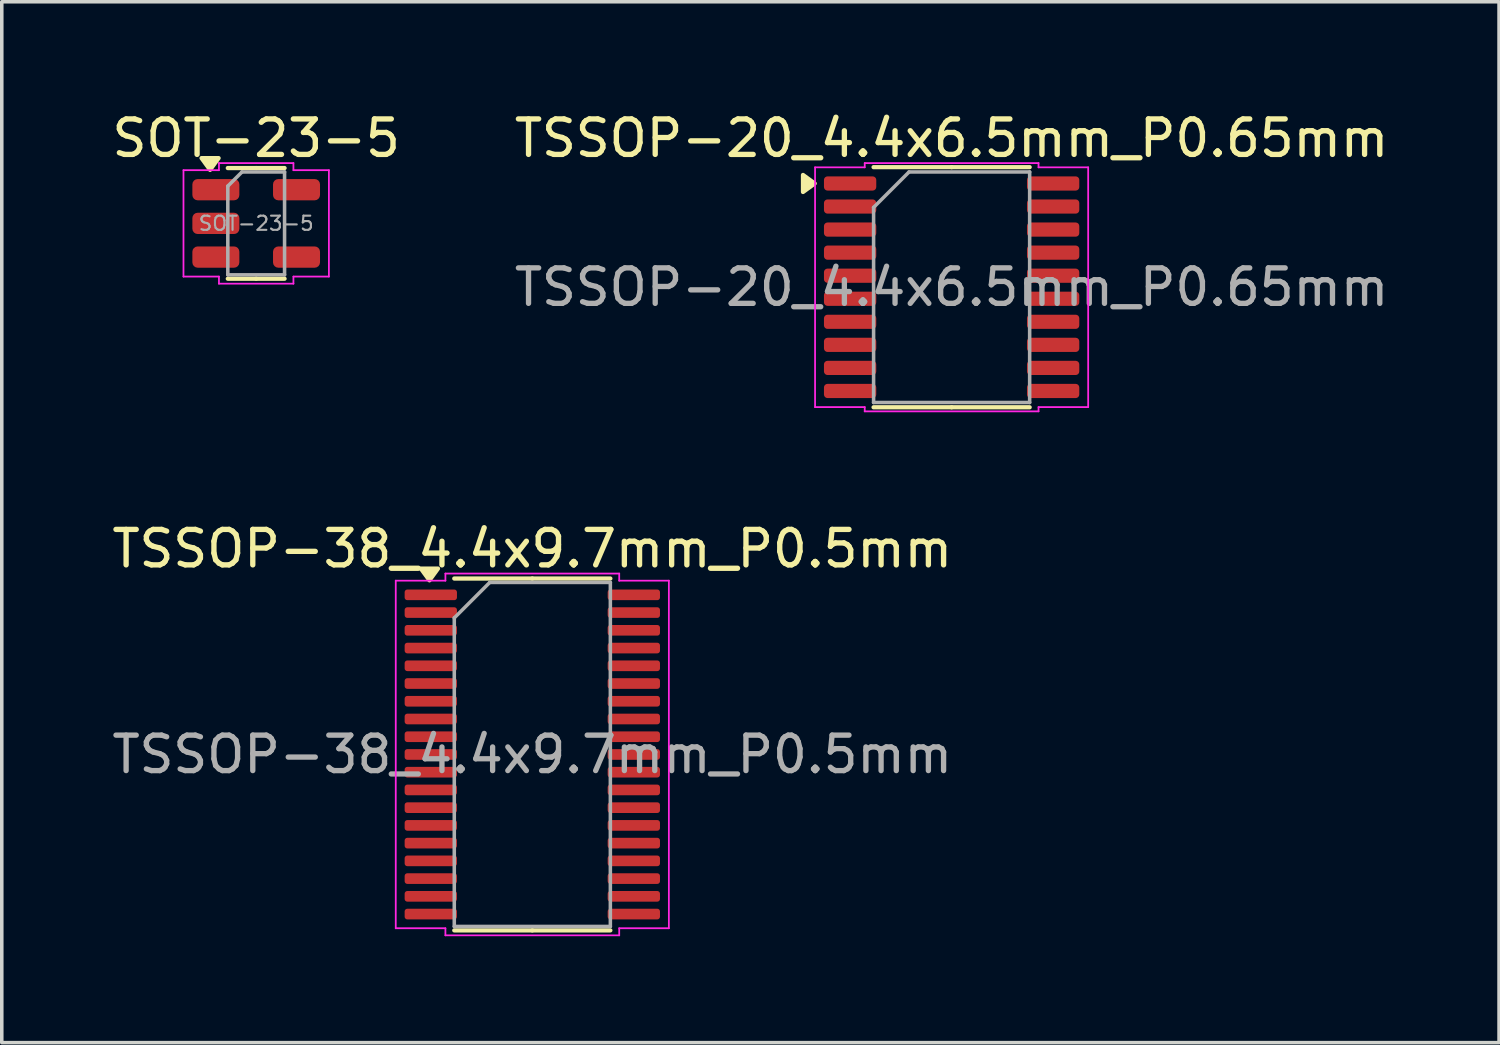
<source format=kicad_pcb>
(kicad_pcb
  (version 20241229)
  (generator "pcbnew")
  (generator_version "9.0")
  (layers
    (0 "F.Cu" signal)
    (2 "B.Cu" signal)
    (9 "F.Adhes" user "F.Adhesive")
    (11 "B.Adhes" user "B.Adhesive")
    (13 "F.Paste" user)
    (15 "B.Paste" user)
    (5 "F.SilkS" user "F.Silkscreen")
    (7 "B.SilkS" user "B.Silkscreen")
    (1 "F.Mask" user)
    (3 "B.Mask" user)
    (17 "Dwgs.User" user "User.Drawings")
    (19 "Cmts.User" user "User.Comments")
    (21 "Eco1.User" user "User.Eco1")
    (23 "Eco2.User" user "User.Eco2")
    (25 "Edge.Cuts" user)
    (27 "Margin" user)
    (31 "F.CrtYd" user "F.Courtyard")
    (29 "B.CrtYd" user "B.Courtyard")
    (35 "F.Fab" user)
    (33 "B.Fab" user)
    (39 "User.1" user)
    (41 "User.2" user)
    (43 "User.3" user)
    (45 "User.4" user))
  (footprint "TSSOP-20_4.4x6.5mm_P0.65mm"
    (layer "F.Cu")
    (at 23.78 5.048)
    (property "Reference" "TSSOP-20_4.4x6.5mm_P0.65mm" (at 0 -4.2 0) (layer "F.SilkS") (effects (font (size 1 1) (thickness 0.15))))
    (attr smd)
    (fp_line (start 0 -3.385) (end -2.2 -3.385) (stroke (width 0.12) (type solid)) (layer "F.SilkS"))
    (fp_line (start 0 -3.385) (end 2.2 -3.385) (stroke (width 0.12) (type solid)) (layer "F.SilkS"))
    (fp_line (start 0 3.385) (end -2.2 3.385) (stroke (width 0.12) (type solid)) (layer "F.SilkS"))
    (fp_line (start 0 3.385) (end 2.2 3.385) (stroke (width 0.12) (type solid)) (layer "F.SilkS"))
    (fp_poly (pts (xy -3.86 -2.925) (xy -4.19 -2.685) (xy -4.19 -3.165)) (stroke (width 0.12) (type solid)) (fill yes) (layer "F.SilkS"))
    (fp_line (start -3.85 -3.38) (end -2.45 -3.38) (stroke (width 0.05) (type solid)) (layer "F.CrtYd"))
    (fp_line (start -3.85 3.38) (end -3.85 -3.38) (stroke (width 0.05) (type solid)) (layer "F.CrtYd"))
    (fp_line (start -2.45 -3.5) (end 2.45 -3.5) (stroke (width 0.05) (type solid)) (layer "F.CrtYd"))
    (fp_line (start -2.45 -3.38) (end -2.45 -3.5) (stroke (width 0.05) (type solid)) (layer "F.CrtYd"))
    (fp_line (start -2.45 3.38) (end -3.85 3.38) (stroke (width 0.05) (type solid)) (layer "F.CrtYd"))
    (fp_line (start -2.45 3.5) (end -2.45 3.38) (stroke (width 0.05) (type solid)) (layer "F.CrtYd"))
    (fp_line (start 2.45 -3.5) (end 2.45 -3.38) (stroke (width 0.05) (type solid)) (layer "F.CrtYd"))
    (fp_line (start 2.45 -3.38) (end 3.85 -3.38) (stroke (width 0.05) (type solid)) (layer "F.CrtYd"))
    (fp_line (start 2.45 3.38) (end 2.45 3.5) (stroke (width 0.05) (type solid)) (layer "F.CrtYd"))
    (fp_line (start 2.45 3.5) (end -2.45 3.5) (stroke (width 0.05) (type solid)) (layer "F.CrtYd"))
    (fp_line (start 3.85 -3.38) (end 3.85 3.38) (stroke (width 0.05) (type solid)) (layer "F.CrtYd"))
    (fp_line (start 3.85 3.38) (end 2.45 3.38) (stroke (width 0.05) (type solid)) (layer "F.CrtYd"))
    (fp_line (start -2.2 -2.25) (end -1.2 -3.25) (stroke (width 0.1) (type solid)) (layer "F.Fab"))
    (fp_line (start -2.2 3.25) (end -2.2 -2.25) (stroke (width 0.1) (type solid)) (layer "F.Fab"))
    (fp_line (start -1.2 -3.25) (end 2.2 -3.25) (stroke (width 0.1) (type solid)) (layer "F.Fab"))
    (fp_line (start 2.2 -3.25) (end 2.2 3.25) (stroke (width 0.1) (type solid)) (layer "F.Fab"))
    (fp_line (start 2.2 3.25) (end -2.2 3.25) (stroke (width 0.1) (type solid)) (layer "F.Fab"))
    (fp_text user "${REFERENCE}" (at 0 0 0) (layer "F.Fab") (effects (font (size 1 1) (thickness 0.15))))
    (pad "1" smd roundrect (at -2.862 -2.925) (size 1.475 0.4) (layers "F.Cu" "F.Mask" "F.Paste") (roundrect_rratio 0.25))
    (pad "2" smd roundrect (at -2.862 -2.275) (size 1.475 0.4) (layers "F.Cu" "F.Mask" "F.Paste") (roundrect_rratio 0.25))
    (pad "3" smd roundrect (at -2.862 -1.625) (size 1.475 0.4) (layers "F.Cu" "F.Mask" "F.Paste") (roundrect_rratio 0.25))
    (pad "4" smd roundrect (at -2.862 -0.975) (size 1.475 0.4) (layers "F.Cu" "F.Mask" "F.Paste") (roundrect_rratio 0.25))
    (pad "5" smd roundrect (at -2.862 -0.325) (size 1.475 0.4) (layers "F.Cu" "F.Mask" "F.Paste") (roundrect_rratio 0.25))
    (pad "6" smd roundrect (at -2.862 0.325) (size 1.475 0.4) (layers "F.Cu" "F.Mask" "F.Paste") (roundrect_rratio 0.25))
    (pad "7" smd roundrect (at -2.862 0.975) (size 1.475 0.4) (layers "F.Cu" "F.Mask" "F.Paste") (roundrect_rratio 0.25))
    (pad "8" smd roundrect (at -2.862 1.625) (size 1.475 0.4) (layers "F.Cu" "F.Mask" "F.Paste") (roundrect_rratio 0.25))
    (pad "9" smd roundrect (at -2.862 2.275) (size 1.475 0.4) (layers "F.Cu" "F.Mask" "F.Paste") (roundrect_rratio 0.25))
    (pad "10" smd roundrect (at -2.862 2.925) (size 1.475 0.4) (layers "F.Cu" "F.Mask" "F.Paste") (roundrect_rratio 0.25))
    (pad "11" smd roundrect (at 2.862 2.925) (size 1.475 0.4) (layers "F.Cu" "F.Mask" "F.Paste") (roundrect_rratio 0.25))
    (pad "12" smd roundrect (at 2.862 2.275) (size 1.475 0.4) (layers "F.Cu" "F.Mask" "F.Paste") (roundrect_rratio 0.25))
    (pad "13" smd roundrect (at 2.862 1.625) (size 1.475 0.4) (layers "F.Cu" "F.Mask" "F.Paste") (roundrect_rratio 0.25))
    (pad "14" smd roundrect (at 2.862 0.975) (size 1.475 0.4) (layers "F.Cu" "F.Mask" "F.Paste") (roundrect_rratio 0.25))
    (pad "15" smd roundrect (at 2.862 0.325) (size 1.475 0.4) (layers "F.Cu" "F.Mask" "F.Paste") (roundrect_rratio 0.25))
    (pad "16" smd roundrect (at 2.862 -0.325) (size 1.475 0.4) (layers "F.Cu" "F.Mask" "F.Paste") (roundrect_rratio 0.25))
    (pad "17" smd roundrect (at 2.862 -0.975) (size 1.475 0.4) (layers "F.Cu" "F.Mask" "F.Paste") (roundrect_rratio 0.25))
    (pad "18" smd roundrect (at 2.862 -1.625) (size 1.475 0.4) (layers "F.Cu" "F.Mask" "F.Paste") (roundrect_rratio 0.25))
    (pad "19" smd roundrect (at 2.862 -2.275) (size 1.475 0.4) (layers "F.Cu" "F.Mask" "F.Paste") (roundrect_rratio 0.25))
    (pad "20" smd roundrect (at 2.862 -2.925) (size 1.475 0.4) (layers "F.Cu" "F.Mask" "F.Paste") (roundrect_rratio 0.25)))
  (footprint "TSSOP-38_4.4x9.7mm_P0.5mm"
    (layer "F.Cu")
    (at 11.958 18.221)
    (property "Reference" "TSSOP-38_4.4x9.7mm_P0.5mm" (at 0 -5.8 0) (layer "F.SilkS") (effects (font (size 1 1) (thickness 0.15))))
    (attr smd)
    (fp_line (start 0 -4.96) (end -2.2 -4.96) (stroke (width 0.12) (type solid)) (layer "F.SilkS"))
    (fp_line (start 0 -4.96) (end 2.2 -4.96) (stroke (width 0.12) (type solid)) (layer "F.SilkS"))
    (fp_line (start 0 4.96) (end -2.2 4.96) (stroke (width 0.12) (type solid)) (layer "F.SilkS"))
    (fp_line (start 0 4.96) (end 2.2 4.96) (stroke (width 0.12) (type solid)) (layer "F.SilkS"))
    (fp_poly (pts (xy -2.9 -4.91) (xy -3.14 -5.24) (xy -2.66 -5.24)) (stroke (width 0.12) (type solid)) (fill yes) (layer "F.SilkS"))
    (fp_line (start -3.85 -4.9) (end -2.45 -4.9) (stroke (width 0.05) (type solid)) (layer "F.CrtYd"))
    (fp_line (start -3.85 4.9) (end -3.85 -4.9) (stroke (width 0.05) (type solid)) (layer "F.CrtYd"))
    (fp_line (start -2.45 -5.1) (end 2.45 -5.1) (stroke (width 0.05) (type solid)) (layer "F.CrtYd"))
    (fp_line (start -2.45 -4.9) (end -2.45 -5.1) (stroke (width 0.05) (type solid)) (layer "F.CrtYd"))
    (fp_line (start -2.45 4.9) (end -3.85 4.9) (stroke (width 0.05) (type solid)) (layer "F.CrtYd"))
    (fp_line (start -2.45 5.1) (end -2.45 4.9) (stroke (width 0.05) (type solid)) (layer "F.CrtYd"))
    (fp_line (start 2.45 -5.1) (end 2.45 -4.9) (stroke (width 0.05) (type solid)) (layer "F.CrtYd"))
    (fp_line (start 2.45 -4.9) (end 3.85 -4.9) (stroke (width 0.05) (type solid)) (layer "F.CrtYd"))
    (fp_line (start 2.45 4.9) (end 2.45 5.1) (stroke (width 0.05) (type solid)) (layer "F.CrtYd"))
    (fp_line (start 2.45 5.1) (end -2.45 5.1) (stroke (width 0.05) (type solid)) (layer "F.CrtYd"))
    (fp_line (start 3.85 -4.9) (end 3.85 4.9) (stroke (width 0.05) (type solid)) (layer "F.CrtYd"))
    (fp_line (start 3.85 4.9) (end 2.45 4.9) (stroke (width 0.05) (type solid)) (layer "F.CrtYd"))
    (fp_line (start -2.2 -3.85) (end -1.2 -4.85) (stroke (width 0.1) (type solid)) (layer "F.Fab"))
    (fp_line (start -2.2 4.85) (end -2.2 -3.85) (stroke (width 0.1) (type solid)) (layer "F.Fab"))
    (fp_line (start -1.2 -4.85) (end 2.2 -4.85) (stroke (width 0.1) (type solid)) (layer "F.Fab"))
    (fp_line (start 2.2 -4.85) (end 2.2 4.85) (stroke (width 0.1) (type solid)) (layer "F.Fab"))
    (fp_line (start 2.2 4.85) (end -2.2 4.85) (stroke (width 0.1) (type solid)) (layer "F.Fab"))
    (fp_text user "${REFERENCE}" (at 0 0 0) (layer "F.Fab") (effects (font (size 1 1) (thickness 0.15))))
    (pad "1" smd roundrect (at -2.862 -4.5) (size 1.475 0.3) (layers "F.Cu" "F.Mask" "F.Paste") (roundrect_rratio 0.25))
    (pad "2" smd roundrect (at -2.862 -4) (size 1.475 0.3) (layers "F.Cu" "F.Mask" "F.Paste") (roundrect_rratio 0.25))
    (pad "3" smd roundrect (at -2.862 -3.5) (size 1.475 0.3) (layers "F.Cu" "F.Mask" "F.Paste") (roundrect_rratio 0.25))
    (pad "4" smd roundrect (at -2.862 -3) (size 1.475 0.3) (layers "F.Cu" "F.Mask" "F.Paste") (roundrect_rratio 0.25))
    (pad "5" smd roundrect (at -2.862 -2.5) (size 1.475 0.3) (layers "F.Cu" "F.Mask" "F.Paste") (roundrect_rratio 0.25))
    (pad "6" smd roundrect (at -2.862 -2) (size 1.475 0.3) (layers "F.Cu" "F.Mask" "F.Paste") (roundrect_rratio 0.25))
    (pad "7" smd roundrect (at -2.862 -1.5) (size 1.475 0.3) (layers "F.Cu" "F.Mask" "F.Paste") (roundrect_rratio 0.25))
    (pad "8" smd roundrect (at -2.862 -1) (size 1.475 0.3) (layers "F.Cu" "F.Mask" "F.Paste") (roundrect_rratio 0.25))
    (pad "9" smd roundrect (at -2.862 -0.5) (size 1.475 0.3) (layers "F.Cu" "F.Mask" "F.Paste") (roundrect_rratio 0.25))
    (pad "10" smd roundrect (at -2.862 0) (size 1.475 0.3) (layers "F.Cu" "F.Mask" "F.Paste") (roundrect_rratio 0.25))
    (pad "11" smd roundrect (at -2.862 0.5) (size 1.475 0.3) (layers "F.Cu" "F.Mask" "F.Paste") (roundrect_rratio 0.25))
    (pad "12" smd roundrect (at -2.862 1) (size 1.475 0.3) (layers "F.Cu" "F.Mask" "F.Paste") (roundrect_rratio 0.25))
    (pad "13" smd roundrect (at -2.862 1.5) (size 1.475 0.3) (layers "F.Cu" "F.Mask" "F.Paste") (roundrect_rratio 0.25))
    (pad "14" smd roundrect (at -2.862 2) (size 1.475 0.3) (layers "F.Cu" "F.Mask" "F.Paste") (roundrect_rratio 0.25))
    (pad "15" smd roundrect (at -2.862 2.5) (size 1.475 0.3) (layers "F.Cu" "F.Mask" "F.Paste") (roundrect_rratio 0.25))
    (pad "16" smd roundrect (at -2.862 3) (size 1.475 0.3) (layers "F.Cu" "F.Mask" "F.Paste") (roundrect_rratio 0.25))
    (pad "17" smd roundrect (at -2.862 3.5) (size 1.475 0.3) (layers "F.Cu" "F.Mask" "F.Paste") (roundrect_rratio 0.25))
    (pad "18" smd roundrect (at -2.862 4) (size 1.475 0.3) (layers "F.Cu" "F.Mask" "F.Paste") (roundrect_rratio 0.25))
    (pad "19" smd roundrect (at -2.862 4.5) (size 1.475 0.3) (layers "F.Cu" "F.Mask" "F.Paste") (roundrect_rratio 0.25))
    (pad "20" smd roundrect (at 2.862 4.5) (size 1.475 0.3) (layers "F.Cu" "F.Mask" "F.Paste") (roundrect_rratio 0.25))
    (pad "21" smd roundrect (at 2.862 4) (size 1.475 0.3) (layers "F.Cu" "F.Mask" "F.Paste") (roundrect_rratio 0.25))
    (pad "22" smd roundrect (at 2.862 3.5) (size 1.475 0.3) (layers "F.Cu" "F.Mask" "F.Paste") (roundrect_rratio 0.25))
    (pad "23" smd roundrect (at 2.862 3) (size 1.475 0.3) (layers "F.Cu" "F.Mask" "F.Paste") (roundrect_rratio 0.25))
    (pad "24" smd roundrect (at 2.862 2.5) (size 1.475 0.3) (layers "F.Cu" "F.Mask" "F.Paste") (roundrect_rratio 0.25))
    (pad "25" smd roundrect (at 2.862 2) (size 1.475 0.3) (layers "F.Cu" "F.Mask" "F.Paste") (roundrect_rratio 0.25))
    (pad "26" smd roundrect (at 2.862 1.5) (size 1.475 0.3) (layers "F.Cu" "F.Mask" "F.Paste") (roundrect_rratio 0.25))
    (pad "27" smd roundrect (at 2.862 1) (size 1.475 0.3) (layers "F.Cu" "F.Mask" "F.Paste") (roundrect_rratio 0.25))
    (pad "28" smd roundrect (at 2.862 0.5) (size 1.475 0.3) (layers "F.Cu" "F.Mask" "F.Paste") (roundrect_rratio 0.25))
    (pad "29" smd roundrect (at 2.862 0) (size 1.475 0.3) (layers "F.Cu" "F.Mask" "F.Paste") (roundrect_rratio 0.25))
    (pad "30" smd roundrect (at 2.862 -0.5) (size 1.475 0.3) (layers "F.Cu" "F.Mask" "F.Paste") (roundrect_rratio 0.25))
    (pad "31" smd roundrect (at 2.862 -1) (size 1.475 0.3) (layers "F.Cu" "F.Mask" "F.Paste") (roundrect_rratio 0.25))
    (pad "32" smd roundrect (at 2.862 -1.5) (size 1.475 0.3) (layers "F.Cu" "F.Mask" "F.Paste") (roundrect_rratio 0.25))
    (pad "33" smd roundrect (at 2.862 -2) (size 1.475 0.3) (layers "F.Cu" "F.Mask" "F.Paste") (roundrect_rratio 0.25))
    (pad "34" smd roundrect (at 2.862 -2.5) (size 1.475 0.3) (layers "F.Cu" "F.Mask" "F.Paste") (roundrect_rratio 0.25))
    (pad "35" smd roundrect (at 2.862 -3) (size 1.475 0.3) (layers "F.Cu" "F.Mask" "F.Paste") (roundrect_rratio 0.25))
    (pad "36" smd roundrect (at 2.862 -3.5) (size 1.475 0.3) (layers "F.Cu" "F.Mask" "F.Paste") (roundrect_rratio 0.25))
    (pad "37" smd roundrect (at 2.862 -4) (size 1.475 0.3) (layers "F.Cu" "F.Mask" "F.Paste") (roundrect_rratio 0.25))
    (pad "38" smd roundrect (at 2.862 -4.5) (size 1.475 0.3) (layers "F.Cu" "F.Mask" "F.Paste") (roundrect_rratio 0.25)))
  (footprint "SOT-23-5"
    (layer "F.Cu")
    (at 4.173 3.248)
    (property "Reference" "SOT-23-5" (at 0 -2.4 0) (layer "F.SilkS") (effects (font (size 1 1) (thickness 0.15))))
    (attr smd)
    (fp_line (start 0 -1.56) (end -0.8 -1.56) (stroke (width 0.12) (type solid)) (layer "F.SilkS"))
    (fp_line (start 0 -1.56) (end 0.8 -1.56) (stroke (width 0.12) (type solid)) (layer "F.SilkS"))
    (fp_line (start 0 1.56) (end -0.8 1.56) (stroke (width 0.12) (type solid)) (layer "F.SilkS"))
    (fp_line (start 0 1.56) (end 0.8 1.56) (stroke (width 0.12) (type solid)) (layer "F.SilkS"))
    (fp_poly (pts (xy -1.3 -1.51) (xy -1.54 -1.84) (xy -1.06 -1.84)) (stroke (width 0.12) (type solid)) (fill yes) (layer "F.SilkS"))
    (fp_line (start -2.05 -1.5) (end -1.05 -1.5) (stroke (width 0.05) (type solid)) (layer "F.CrtYd"))
    (fp_line (start -2.05 1.5) (end -2.05 -1.5) (stroke (width 0.05) (type solid)) (layer "F.CrtYd"))
    (fp_line (start -1.05 -1.7) (end 1.05 -1.7) (stroke (width 0.05) (type solid)) (layer "F.CrtYd"))
    (fp_line (start -1.05 -1.5) (end -1.05 -1.7) (stroke (width 0.05) (type solid)) (layer "F.CrtYd"))
    (fp_line (start -1.05 1.5) (end -2.05 1.5) (stroke (width 0.05) (type solid)) (layer "F.CrtYd"))
    (fp_line (start -1.05 1.7) (end -1.05 1.5) (stroke (width 0.05) (type solid)) (layer "F.CrtYd"))
    (fp_line (start 1.05 -1.7) (end 1.05 -1.5) (stroke (width 0.05) (type solid)) (layer "F.CrtYd"))
    (fp_line (start 1.05 -1.5) (end 2.05 -1.5) (stroke (width 0.05) (type solid)) (layer "F.CrtYd"))
    (fp_line (start 1.05 1.5) (end 1.05 1.7) (stroke (width 0.05) (type solid)) (layer "F.CrtYd"))
    (fp_line (start 1.05 1.7) (end -1.05 1.7) (stroke (width 0.05) (type solid)) (layer "F.CrtYd"))
    (fp_line (start 2.05 -1.5) (end 2.05 1.5) (stroke (width 0.05) (type solid)) (layer "F.CrtYd"))
    (fp_line (start 2.05 1.5) (end 1.05 1.5) (stroke (width 0.05) (type solid)) (layer "F.CrtYd"))
    (fp_line (start -0.8 -1.05) (end -0.4 -1.45) (stroke (width 0.1) (type solid)) (layer "F.Fab"))
    (fp_line (start -0.8 1.45) (end -0.8 -1.05) (stroke (width 0.1) (type solid)) (layer "F.Fab"))
    (fp_line (start -0.4 -1.45) (end 0.8 -1.45) (stroke (width 0.1) (type solid)) (layer "F.Fab"))
    (fp_line (start 0.8 -1.45) (end 0.8 1.45) (stroke (width 0.1) (type solid)) (layer "F.Fab"))
    (fp_line (start 0.8 1.45) (end -0.8 1.45) (stroke (width 0.1) (type solid)) (layer "F.Fab"))
    (fp_text user "${REFERENCE}" (at 0 0 0) (layer "F.Fab") (effects (font (size 0.4 0.4) (thickness 0.06))))
    (pad "1" smd roundrect (at -1.137 -0.95) (size 1.325 0.6) (layers "F.Cu" "F.Mask" "F.Paste") (roundrect_rratio 0.25))
    (pad "2" smd roundrect (at -1.137 0) (size 1.325 0.6) (layers "F.Cu" "F.Mask" "F.Paste") (roundrect_rratio 0.25))
    (pad "3" smd roundrect (at -1.137 0.95) (size 1.325 0.6) (layers "F.Cu" "F.Mask" "F.Paste") (roundrect_rratio 0.25))
    (pad "4" smd roundrect (at 1.137 0.95) (size 1.325 0.6) (layers "F.Cu" "F.Mask" "F.Paste") (roundrect_rratio 0.25))
    (pad "5" smd roundrect (at 1.137 -0.95) (size 1.325 0.6) (layers "F.Cu" "F.Mask" "F.Paste") (roundrect_rratio 0.25)))
  (gr_rect
    (start -3 -3)
    (end 39.214 26.346)
    (stroke (width 0.1) (type default))
    (fill no)
    (layer "Edge.Cuts")))
</source>
